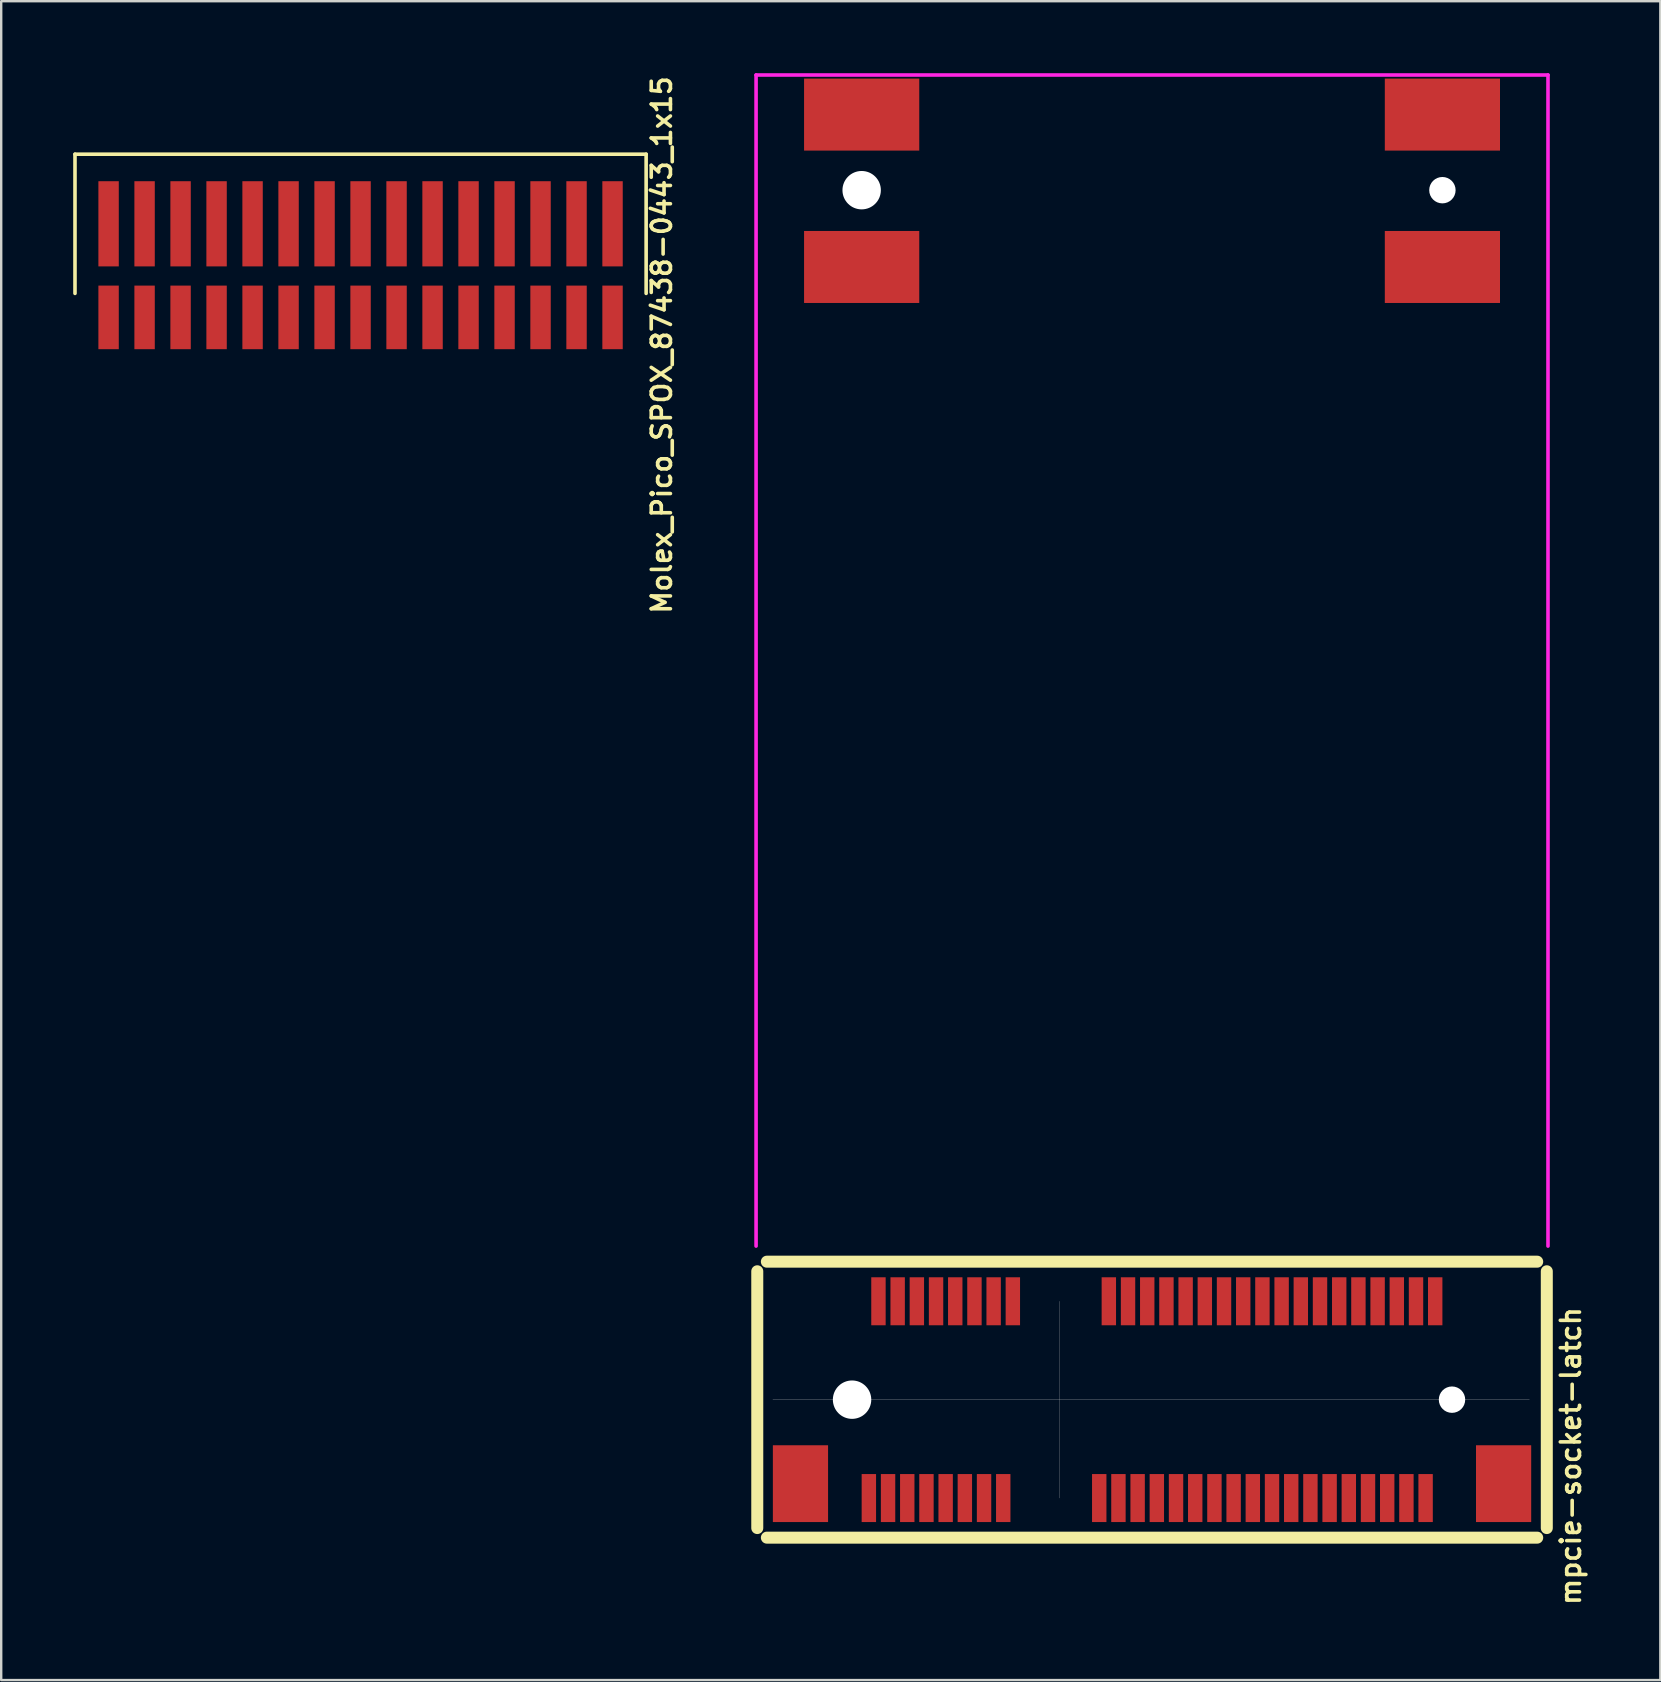
<source format=kicad_pcb>
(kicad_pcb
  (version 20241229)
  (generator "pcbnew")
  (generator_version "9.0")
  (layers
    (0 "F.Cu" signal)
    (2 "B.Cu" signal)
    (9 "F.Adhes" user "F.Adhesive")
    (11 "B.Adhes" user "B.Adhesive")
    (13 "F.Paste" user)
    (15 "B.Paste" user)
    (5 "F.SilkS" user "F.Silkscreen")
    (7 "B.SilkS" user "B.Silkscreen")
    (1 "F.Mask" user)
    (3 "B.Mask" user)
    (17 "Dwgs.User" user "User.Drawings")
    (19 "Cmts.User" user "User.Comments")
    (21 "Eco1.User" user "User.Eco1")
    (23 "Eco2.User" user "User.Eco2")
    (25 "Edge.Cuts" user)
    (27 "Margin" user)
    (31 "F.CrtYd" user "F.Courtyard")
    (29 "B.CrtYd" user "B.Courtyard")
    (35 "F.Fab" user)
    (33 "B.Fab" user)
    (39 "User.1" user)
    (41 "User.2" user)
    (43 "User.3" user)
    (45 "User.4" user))
  (footprint "mpcie-socket-latch"
    (layer "F.Cu")
    (at 32.456 55.275)
    (property "Reference" "mpcie-socket-latch" (at 29.95 2.35 90) (layer "F.SilkS") (effects (font (size 0.8 0.8) (thickness 0.15))))
    (attr through_hole)
    (fp_line (start -3.95 -5.35) (end -3.95 5.35) (stroke (width 0.5) (type solid)) (layer "F.SilkS"))
    (fp_line (start -3.55 5.75) (end 28.55 5.75) (stroke (width 0.5) (type solid)) (layer "F.SilkS"))
    (fp_line (start 28.55 -5.75) (end -3.55 -5.75) (stroke (width 0.5) (type solid)) (layer "F.SilkS"))
    (fp_line (start 28.95 5.35) (end 28.95 -5.35) (stroke (width 0.5) (type solid)) (layer "F.SilkS"))
    (fp_line (start -3.3 0) (end 28.225 0) (stroke (width 0.01) (type solid)) (layer "Dwgs.User"))
    (fp_line (start 8.65 4.1) (end 8.65 -4.1) (stroke (width 0.01) (type solid)) (layer "Dwgs.User"))
    (fp_line (start -4 -6.4) (end -4 -55.2) (stroke (width 0.15) (type solid)) (layer "F.CrtYd"))
    (fp_line (start 29 -55.2) (end -4 -55.2) (stroke (width 0.15) (type solid)) (layer "F.CrtYd"))
    (fp_line (start 29 -6.4) (end 29 -55.2) (stroke (width 0.15) (type solid)) (layer "F.CrtYd"))
    (pad "" smd rect (at -2.15 3.5) (size 2.3 3.2) (layers "F.Cu" "F.Mask" "F.Paste"))
    (pad "" np_thru_hole circle (at 0 0) (size 1.6 1.6) (drill 1.6) (layers "*.Cu" "*.Mask"))
    (pad "" smd rect (at 0.4 -53.55) (size 4.8 3) (layers "F.Cu" "F.Mask" "F.Paste"))
    (pad "" np_thru_hole circle (at 0.4 -50.4) (size 1.6 1.6) (drill 1.6) (layers "*.Cu" "*.Mask"))
    (pad "" smd rect (at 0.4 -47.2) (size 4.8 3) (layers "F.Cu" "F.Mask" "F.Paste"))
    (pad "" smd rect (at 24.6 -53.55) (size 4.8 3) (layers "F.Cu" "F.Mask" "F.Paste"))
    (pad "" np_thru_hole circle (at 24.6 -50.4) (size 1.1 1.1) (drill 1.1) (layers "*.Cu" "*.Mask"))
    (pad "" smd rect (at 24.6 -47.2) (size 4.8 3) (layers "F.Cu" "F.Mask" "F.Paste"))
    (pad "" np_thru_hole circle (at 25 0) (size 1.1 1.1) (drill 1.1) (layers "*.Cu" "*.Mask"))
    (pad "" smd rect (at 27.15 3.5) (size 2.3 3.2) (layers "F.Cu" "F.Mask" "F.Paste"))
    (pad "1" smd rect (at 0.7 4.1) (size 0.6 2) (layers "F.Cu" "F.Mask" "F.Paste"))
    (pad "2" smd rect (at 1.1 -4.1) (size 0.6 2) (layers "F.Cu" "F.Mask" "F.Paste"))
    (pad "3" smd rect (at 1.5 4.1) (size 0.6 2) (layers "F.Cu" "F.Mask" "F.Paste"))
    (pad "4" smd rect (at 1.9 -4.1) (size 0.6 2) (layers "F.Cu" "F.Mask" "F.Paste"))
    (pad "5" smd rect (at 2.3 4.1) (size 0.6 2) (layers "F.Cu" "F.Mask" "F.Paste"))
    (pad "6" smd rect (at 2.7 -4.1) (size 0.6 2) (layers "F.Cu" "F.Mask" "F.Paste"))
    (pad "7" smd rect (at 3.1 4.1) (size 0.6 2) (layers "F.Cu" "F.Mask" "F.Paste"))
    (pad "8" smd rect (at 3.5 -4.1) (size 0.6 2) (layers "F.Cu" "F.Mask" "F.Paste"))
    (pad "9" smd rect (at 3.9 4.1) (size 0.6 2) (layers "F.Cu" "F.Mask" "F.Paste"))
    (pad "10" smd rect (at 4.3 -4.1) (size 0.6 2) (layers "F.Cu" "F.Mask" "F.Paste"))
    (pad "11" smd rect (at 4.7 4.1) (size 0.6 2) (layers "F.Cu" "F.Mask" "F.Paste"))
    (pad "12" smd rect (at 5.1 -4.1) (size 0.6 2) (layers "F.Cu" "F.Mask" "F.Paste"))
    (pad "13" smd rect (at 5.5 4.1) (size 0.6 2) (layers "F.Cu" "F.Mask" "F.Paste"))
    (pad "14" smd rect (at 5.9 -4.1) (size 0.6 2) (layers "F.Cu" "F.Mask" "F.Paste"))
    (pad "15" smd rect (at 6.3 4.1) (size 0.6 2) (layers "F.Cu" "F.Mask" "F.Paste"))
    (pad "16" smd rect (at 6.7 -4.1) (size 0.6 2) (layers "F.Cu" "F.Mask" "F.Paste"))
    (pad "17" smd rect (at 10.3 4.1) (size 0.6 2) (layers "F.Cu" "F.Mask" "F.Paste"))
    (pad "18" smd rect (at 10.7 -4.1) (size 0.6 2) (layers "F.Cu" "F.Mask" "F.Paste"))
    (pad "19" smd rect (at 11.1 4.1) (size 0.6 2) (layers "F.Cu" "F.Mask" "F.Paste"))
    (pad "20" smd rect (at 11.5 -4.1) (size 0.6 2) (layers "F.Cu" "F.Mask" "F.Paste"))
    (pad "21" smd rect (at 11.9 4.1) (size 0.6 2) (layers "F.Cu" "F.Mask" "F.Paste"))
    (pad "22" smd rect (at 12.3 -4.1) (size 0.6 2) (layers "F.Cu" "F.Mask" "F.Paste"))
    (pad "23" smd rect (at 12.7 4.1) (size 0.6 2) (layers "F.Cu" "F.Mask" "F.Paste"))
    (pad "24" smd rect (at 13.1 -4.1) (size 0.6 2) (layers "F.Cu" "F.Mask" "F.Paste"))
    (pad "25" smd rect (at 13.5 4.1) (size 0.6 2) (layers "F.Cu" "F.Mask" "F.Paste"))
    (pad "26" smd rect (at 13.9 -4.1) (size 0.6 2) (layers "F.Cu" "F.Mask" "F.Paste"))
    (pad "27" smd rect (at 14.3 4.1) (size 0.6 2) (layers "F.Cu" "F.Mask" "F.Paste"))
    (pad "28" smd rect (at 14.7 -4.1) (size 0.6 2) (layers "F.Cu" "F.Mask" "F.Paste"))
    (pad "29" smd rect (at 15.1 4.1) (size 0.6 2) (layers "F.Cu" "F.Mask" "F.Paste"))
    (pad "30" smd rect (at 15.5 -4.1) (size 0.6 2) (layers "F.Cu" "F.Mask" "F.Paste"))
    (pad "31" smd rect (at 15.9 4.1) (size 0.6 2) (layers "F.Cu" "F.Mask" "F.Paste"))
    (pad "32" smd rect (at 16.3 -4.1) (size 0.6 2) (layers "F.Cu" "F.Mask" "F.Paste"))
    (pad "33" smd rect (at 16.7 4.1) (size 0.6 2) (layers "F.Cu" "F.Mask" "F.Paste"))
    (pad "34" smd rect (at 17.1 -4.1) (size 0.6 2) (layers "F.Cu" "F.Mask" "F.Paste"))
    (pad "35" smd rect (at 17.5 4.1) (size 0.6 2) (layers "F.Cu" "F.Mask" "F.Paste"))
    (pad "36" smd rect (at 17.9 -4.1) (size 0.6 2) (layers "F.Cu" "F.Mask" "F.Paste"))
    (pad "37" smd rect (at 18.3 4.1) (size 0.6 2) (layers "F.Cu" "F.Mask" "F.Paste"))
    (pad "38" smd rect (at 18.7 -4.1) (size 0.6 2) (layers "F.Cu" "F.Mask" "F.Paste"))
    (pad "39" smd rect (at 19.1 4.1) (size 0.6 2) (layers "F.Cu" "F.Mask" "F.Paste"))
    (pad "40" smd rect (at 19.5 -4.1) (size 0.6 2) (layers "F.Cu" "F.Mask" "F.Paste"))
    (pad "41" smd rect (at 19.9 4.1) (size 0.6 2) (layers "F.Cu" "F.Mask" "F.Paste"))
    (pad "42" smd rect (at 20.3 -4.1) (size 0.6 2) (layers "F.Cu" "F.Mask" "F.Paste"))
    (pad "43" smd rect (at 20.7 4.1) (size 0.6 2) (layers "F.Cu" "F.Mask" "F.Paste"))
    (pad "44" smd rect (at 21.1 -4.1) (size 0.6 2) (layers "F.Cu" "F.Mask" "F.Paste"))
    (pad "45" smd rect (at 21.5 4.1) (size 0.6 2) (layers "F.Cu" "F.Mask" "F.Paste"))
    (pad "46" smd rect (at 21.9 -4.1) (size 0.6 2) (layers "F.Cu" "F.Mask" "F.Paste"))
    (pad "47" smd rect (at 22.3 4.1) (size 0.6 2) (layers "F.Cu" "F.Mask" "F.Paste"))
    (pad "48" smd rect (at 22.7 -4.1) (size 0.6 2) (layers "F.Cu" "F.Mask" "F.Paste"))
    (pad "49" smd rect (at 23.1 4.1) (size 0.6 2) (layers "F.Cu" "F.Mask" "F.Paste"))
    (pad "50" smd rect (at 23.5 -4.1) (size 0.6 2) (layers "F.Cu" "F.Mask" "F.Paste"))
    (pad "51" smd rect (at 23.9 4.1) (size 0.6 2) (layers "F.Cu" "F.Mask" "F.Paste"))
    (pad "52" smd rect (at 24.3 -4.1) (size 0.6 2) (layers "F.Cu" "F.Mask" "F.Paste")))
  (footprint "Molex_Pico_SPOX_87438-0443_1x15"
    (layer "F.Cu")
    (at 1.475 10.176)
    (property "Reference" "Molex_Pico_SPOX_87438-0443_1x15" (at 23.05 1.15 90) (layer "F.SilkS") (effects (font (size 0.8 0.8) (thickness 0.15))))
    (attr through_hole)
    (fp_line (start -1.4 -6.8) (end 22.402 -6.8) (stroke (width 0.15) (type solid)) (layer "F.SilkS"))
    (fp_line (start -1.4 -1) (end -1.4 -6.8) (stroke (width 0.15) (type solid)) (layer "F.SilkS"))
    (fp_line (start 22.4 -1) (end 22.4 -6.8) (stroke (width 0.15) (type solid)) (layer "F.SilkS"))
    (pad "1" smd rect (at 21 -3.9) (size 0.85 3.55) (layers "F.Cu" "F.Mask" "F.Paste"))
    (pad "1" smd rect (at 21 0) (size 0.85 2.65) (layers "F.Cu" "F.Mask" "F.Paste"))
    (pad "2" smd rect (at 19.5 -3.9) (size 0.85 3.55) (layers "F.Cu" "F.Mask" "F.Paste"))
    (pad "2" smd rect (at 19.5 0) (size 0.85 2.65) (layers "F.Cu" "F.Mask" "F.Paste"))
    (pad "3" smd rect (at 18 -3.9) (size 0.85 3.55) (layers "F.Cu" "F.Mask" "F.Paste"))
    (pad "3" smd rect (at 18 0) (size 0.85 2.65) (layers "F.Cu" "F.Mask" "F.Paste"))
    (pad "4" smd rect (at 16.5 -3.9) (size 0.85 3.55) (layers "F.Cu" "F.Mask" "F.Paste"))
    (pad "4" smd rect (at 16.5 0) (size 0.85 2.65) (layers "F.Cu" "F.Mask" "F.Paste"))
    (pad "5" smd rect (at 15 -3.9) (size 0.85 3.55) (layers "F.Cu" "F.Mask" "F.Paste"))
    (pad "5" smd rect (at 15 0) (size 0.85 2.65) (layers "F.Cu" "F.Mask" "F.Paste"))
    (pad "6" smd rect (at 13.5 -3.9) (size 0.85 3.55) (layers "F.Cu" "F.Mask" "F.Paste"))
    (pad "6" smd rect (at 13.5 0) (size 0.85 2.65) (layers "F.Cu" "F.Mask" "F.Paste"))
    (pad "7" smd rect (at 12 -3.9) (size 0.85 3.55) (layers "F.Cu" "F.Mask" "F.Paste"))
    (pad "7" smd rect (at 12 0) (size 0.85 2.65) (layers "F.Cu" "F.Mask" "F.Paste"))
    (pad "8" smd rect (at 10.5 -3.9) (size 0.85 3.55) (layers "F.Cu" "F.Mask" "F.Paste"))
    (pad "8" smd rect (at 10.5 0) (size 0.85 2.65) (layers "F.Cu" "F.Mask" "F.Paste"))
    (pad "9" smd rect (at 9 -3.9) (size 0.85 3.55) (layers "F.Cu" "F.Mask" "F.Paste"))
    (pad "9" smd rect (at 9 0) (size 0.85 2.65) (layers "F.Cu" "F.Mask" "F.Paste"))
    (pad "10" smd rect (at 7.5 -3.9) (size 0.85 3.55) (layers "F.Cu" "F.Mask" "F.Paste"))
    (pad "10" smd rect (at 7.5 0) (size 0.85 2.65) (layers "F.Cu" "F.Mask" "F.Paste"))
    (pad "11" smd rect (at 6 -3.9) (size 0.85 3.55) (layers "F.Cu" "F.Mask" "F.Paste"))
    (pad "11" smd rect (at 6 0) (size 0.85 2.65) (layers "F.Cu" "F.Mask" "F.Paste"))
    (pad "12" smd rect (at 4.5 -3.9) (size 0.85 3.55) (layers "F.Cu" "F.Mask" "F.Paste"))
    (pad "12" smd rect (at 4.5 0) (size 0.85 2.65) (layers "F.Cu" "F.Mask" "F.Paste"))
    (pad "13" smd rect (at 3 -3.9) (size 0.85 3.55) (layers "F.Cu" "F.Mask" "F.Paste"))
    (pad "13" smd rect (at 3 0) (size 0.85 2.65) (layers "F.Cu" "F.Mask" "F.Paste"))
    (pad "14" smd rect (at 1.5 -3.9) (size 0.85 3.55) (layers "F.Cu" "F.Mask" "F.Paste"))
    (pad "14" smd rect (at 1.5 0) (size 0.85 2.65) (layers "F.Cu" "F.Mask" "F.Paste"))
    (pad "15" smd rect (at 0 -3.9) (size 0.85 3.55) (layers "F.Cu" "F.Mask" "F.Paste"))
    (pad "15" smd rect (at 0 0) (size 0.85 2.65) (layers "F.Cu" "F.Mask" "F.Paste")))
  (gr_rect
    (start -3 -3)
    (end 66.138 66.96)
    (stroke (width 0.1) (type default))
    (fill no)
    (layer "Edge.Cuts")))
</source>
